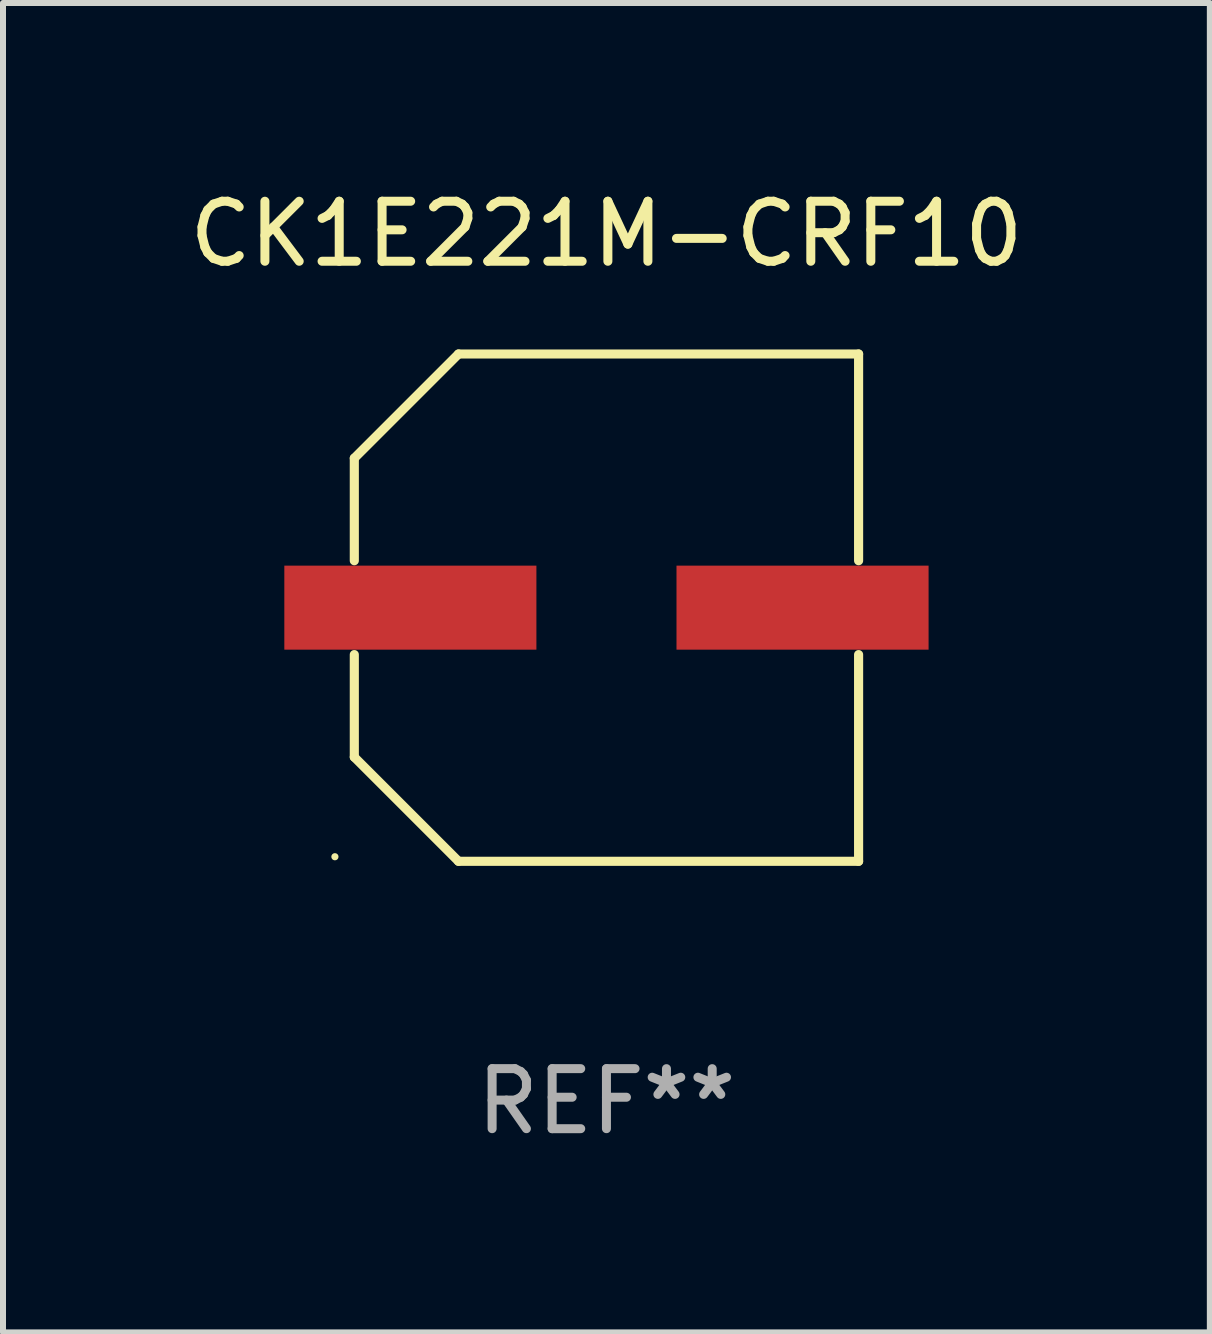
<source format=kicad_pcb>
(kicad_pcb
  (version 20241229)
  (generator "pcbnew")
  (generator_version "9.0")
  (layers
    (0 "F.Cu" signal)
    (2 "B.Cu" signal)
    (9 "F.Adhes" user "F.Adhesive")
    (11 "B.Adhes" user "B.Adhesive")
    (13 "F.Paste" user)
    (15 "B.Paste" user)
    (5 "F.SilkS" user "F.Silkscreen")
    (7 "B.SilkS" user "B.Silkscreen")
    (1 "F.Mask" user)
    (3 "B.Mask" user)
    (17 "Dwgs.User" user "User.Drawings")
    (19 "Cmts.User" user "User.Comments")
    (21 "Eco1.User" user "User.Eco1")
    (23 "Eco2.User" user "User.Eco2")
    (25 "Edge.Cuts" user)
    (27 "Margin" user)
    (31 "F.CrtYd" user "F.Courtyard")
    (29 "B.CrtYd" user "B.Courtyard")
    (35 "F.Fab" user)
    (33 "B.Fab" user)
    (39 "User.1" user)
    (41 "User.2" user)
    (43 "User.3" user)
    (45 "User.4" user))
  (footprint "CK1E221M-CRF10"
    (layer "F.Cu")
    (at 7.054 7.074)
    (property "Reference" "CK1E221M-CRF10" (at 0 -6.226 0) (layer "F.SilkS") (effects (font (size 1 1) (thickness 0.15))))
    (attr through_hole)
    (fp_line (start -4.201 -2.49) (end -4.201 -0.782) (stroke (width 0.152) (type solid)) (layer "F.SilkS"))
    (fp_line (start -4.201 2.49) (end -4.201 0.782) (stroke (width 0.152) (type solid)) (layer "F.SilkS"))
    (fp_line (start -2.465 -4.226) (end -4.201 -2.49) (stroke (width 0.152) (type solid)) (layer "F.SilkS"))
    (fp_line (start -2.465 4.226) (end -4.201 2.49) (stroke (width 0.152) (type solid)) (layer "F.SilkS"))
    (fp_line (start 4.201 -4.226) (end -2.465 -4.226) (stroke (width 0.152) (type solid)) (layer "F.SilkS"))
    (fp_line (start 4.201 -0.782) (end 4.201 -4.226) (stroke (width 0.152) (type solid)) (layer "F.SilkS"))
    (fp_line (start 4.201 0.782) (end 4.201 4.226) (stroke (width 0.152) (type solid)) (layer "F.SilkS"))
    (fp_line (start 4.201 4.226) (end -2.465 4.226) (stroke (width 0.152) (type solid)) (layer "F.SilkS"))
    (fp_circle (center -4.524 4.15) (end -4.494 4.15) (stroke (width 0.06) (type solid)) (fill no) (layer "F.SilkS"))
    (fp_text user "REF**" (at 0 8.226 0) (layer "F.Fab") (effects (font (size 1 1) (thickness 0.15))))
    (pad "1" smd rect (at -3.267 0) (size 4.2 1.4) (layers "F.Cu" "F.Mask" "F.Paste"))
    (pad "2" smd rect (at 3.267 0) (size 4.2 1.4) (layers "F.Cu" "F.Mask" "F.Paste")))
  (gr_rect
    (start -3 -3)
    (end 17.107 19.149)
    (stroke (width 0.1) (type default))
    (fill no)
    (layer "Edge.Cuts")))
</source>
